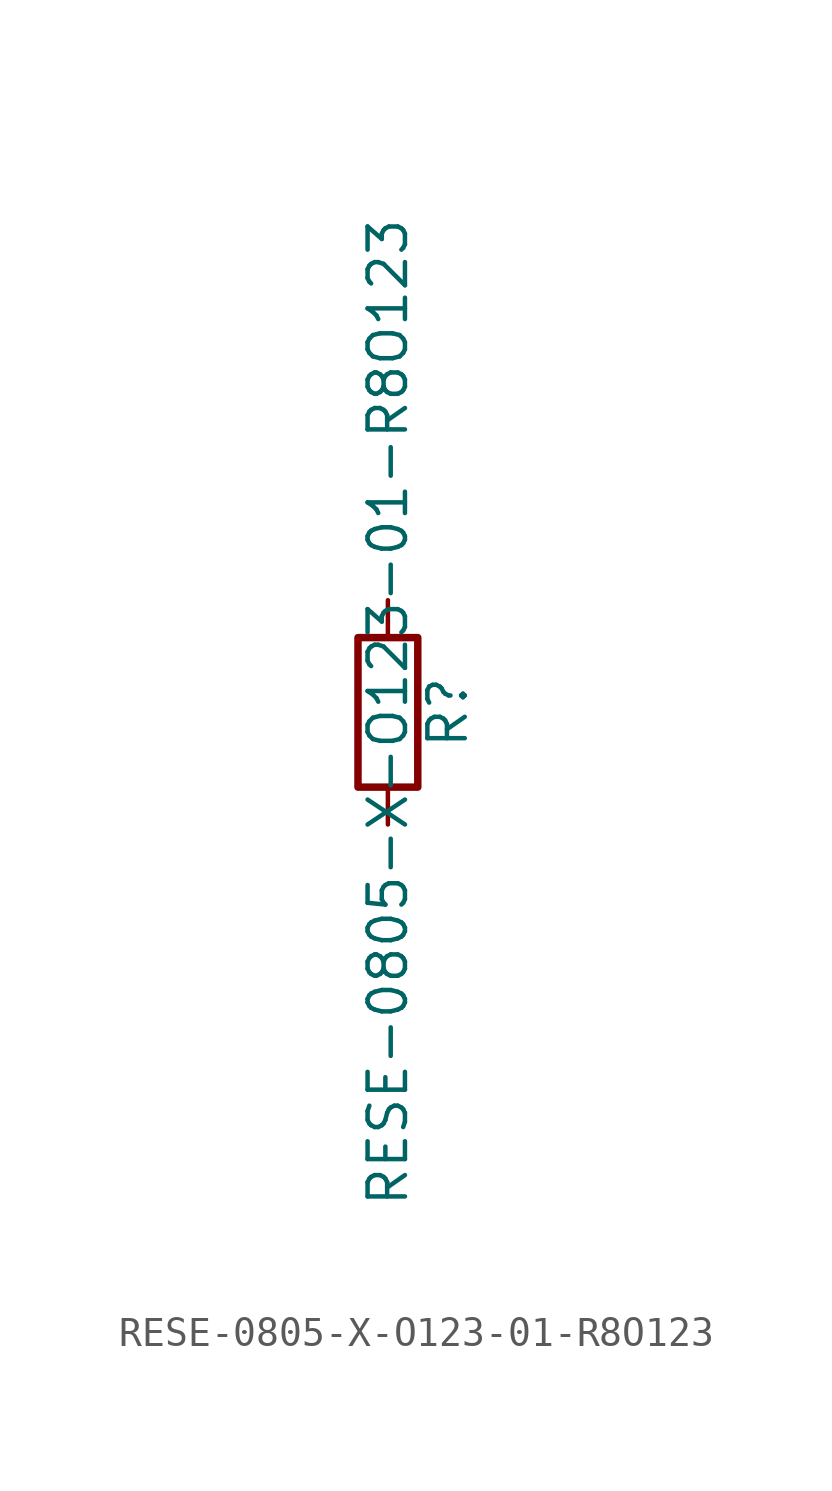
<source format=kicad_sym>
(kicad_symbol_lib
  (version 20211014)
  (generator kicad_symbol_editor)
  (symbol "RESE-0805-X-O123-01-R8O123"
    (pin_numbers hide)
    (pin_names
      (offset 0))
    (property "Reference" "R"
      (at 2.032 0 90)
      (effects (font (size 1.27 1.27))))
    (property "Value" "RESE-0805-X-O123-01-R8O123"
      (at 0 0 90)
      (effects (font (size 1.27 1.27))))
    (symbol "RESE-0805-X-O123-01-R8O123_0_1"
      (rectangle (start -1.016 -2.54) (end 1.016 2.54) (stroke (width 0.254) (type default) (color 0 0 0 0)) (fill (type none))))
    (symbol "RESE-0805-X-O123-01-R8O123_1_1"
      (pin passive line (at 0 3.81 270) (length 1.27) (name "~" (effects (font (size 1.27 1.27)))) (number "1" (effects (font (size 1.27 1.27)))))
      (pin passive line (at 0 -3.81 90) (length 1.27) (name "~" (effects (font (size 1.27 1.27)))) (number "2" (effects (font (size 1.27 1.27))))))))
</source>
